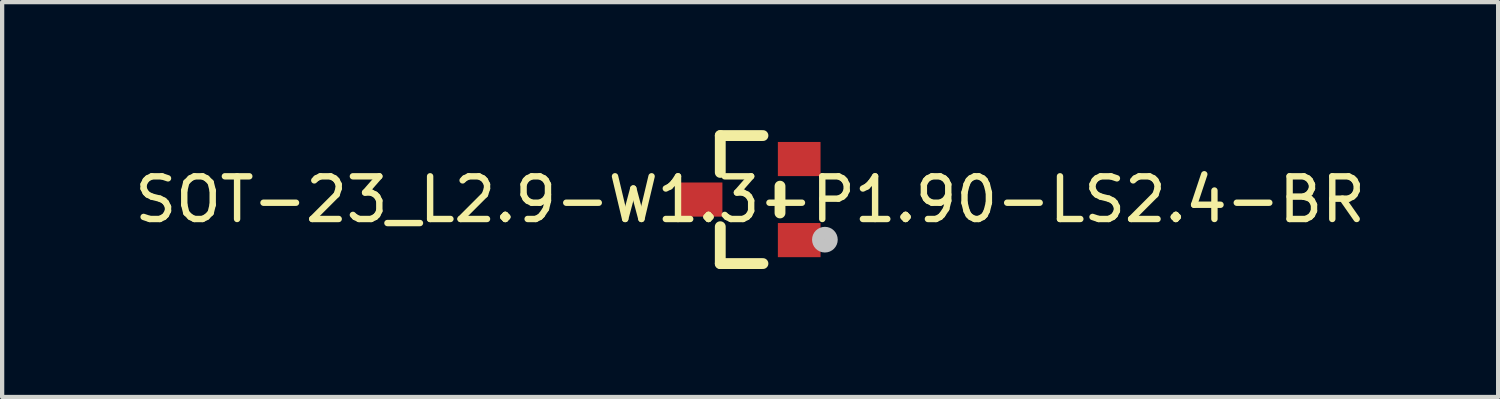
<source format=kicad_pcb>
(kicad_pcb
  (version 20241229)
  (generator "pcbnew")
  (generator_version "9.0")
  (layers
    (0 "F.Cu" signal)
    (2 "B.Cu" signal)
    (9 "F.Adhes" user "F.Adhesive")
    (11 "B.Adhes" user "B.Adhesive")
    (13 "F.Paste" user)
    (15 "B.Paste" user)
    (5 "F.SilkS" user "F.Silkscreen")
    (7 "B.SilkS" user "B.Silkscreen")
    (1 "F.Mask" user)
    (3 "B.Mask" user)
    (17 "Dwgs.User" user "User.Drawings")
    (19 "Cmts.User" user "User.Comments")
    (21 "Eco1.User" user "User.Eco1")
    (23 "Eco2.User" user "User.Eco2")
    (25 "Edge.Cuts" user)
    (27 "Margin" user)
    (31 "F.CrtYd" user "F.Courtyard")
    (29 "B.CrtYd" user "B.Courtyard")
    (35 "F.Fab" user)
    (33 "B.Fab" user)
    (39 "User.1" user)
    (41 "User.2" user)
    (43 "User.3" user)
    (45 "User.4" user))
  (footprint "SOT-23_L2.9-W1.3-P1.90-LS2.4-BR"
    (layer "F.Cu")
    (at 14.53 1.627)
    (property "Reference" "SOT-23_L2.9-W1.3-P1.90-LS2.4-BR" (at 0 0 0) (layer "F.SilkS") (effects (font (size 1 1) (thickness 0.15))))
    (fp_line (start -0.7 -1.5) (end 0.3 -1.5) (stroke (width 0.254) (type default)) (layer "F.SilkS"))
    (fp_line (start -0.7 -0.636) (end -0.7 -1.5) (stroke (width 0.254) (type default)) (layer "F.SilkS"))
    (fp_line (start -0.7 1.5) (end -0.7 0.636) (stroke (width 0.254) (type default)) (layer "F.SilkS"))
    (fp_line (start -0.7 1.5) (end 0.3 1.5) (stroke (width 0.254) (type default)) (layer "F.SilkS"))
    (fp_line (start 0.7 0.314) (end 0.7 -0.314) (stroke (width 0.254) (type default)) (layer "F.SilkS"))
    (fp_circle (center 1.752 0.94) (end 1.903 0.94) (stroke (width 0.3) (type default)) (fill no) (layer "Dwgs.User"))
    (fp_poly (pts (xy -1.2 0.2) (xy -1.2 -0.2) (xy -0.8 -0.2) (xy -0.8 0.2)) (stroke (width 0.1) (type default)) (fill no) (layer "User.1"))
    (fp_poly (pts (xy -0.81 0.2) (xy -0.81 -0.2) (xy -0.64 -0.2) (xy -0.64 0.2)) (stroke (width 0.1) (type default)) (fill no) (layer "User.1"))
    (fp_poly (pts (xy 0.64 -0.75) (xy 0.64 -1.15) (xy 0.81 -1.15) (xy 0.81 -0.75)) (stroke (width 0.1) (type default)) (fill no) (layer "User.1"))
    (fp_poly (pts (xy 0.64 1.15) (xy 0.64 0.75) (xy 0.81 0.75) (xy 0.81 1.15)) (stroke (width 0.1) (type default)) (fill no) (layer "User.1"))
    (fp_poly (pts (xy 0.8 -0.75) (xy 0.8 -1.15) (xy 1.2 -1.15) (xy 1.2 -0.75)) (stroke (width 0.1) (type default)) (fill no) (layer "User.1"))
    (fp_poly (pts (xy 0.8 1.15) (xy 0.8 0.75) (xy 1.2 0.75) (xy 1.2 1.15)) (stroke (width 0.1) (type default)) (fill no) (layer "User.1"))
    (fp_line (start -0.65 -1.45) (end 0.65 -1.45) (stroke (width 0.051) (type default)) (layer "User.2"))
    (fp_line (start -0.65 1.45) (end -0.65 -1.45) (stroke (width 0.051) (type default)) (layer "User.2"))
    (fp_line (start 0.65 -1.45) (end 0.65 1.45) (stroke (width 0.051) (type default)) (layer "User.2"))
    (fp_line (start 0.65 1.45) (end -0.65 1.45) (stroke (width 0.051) (type default)) (layer "User.2"))
    (fp_poly (pts (xy 1.255 1.427) (xy 1.223 1.395) (xy 1.177 1.395) (xy 1.145 1.427) (xy 1.145 1.473) (xy 1.177 1.505) (xy 1.223 1.505) (xy 1.255 1.473)) (stroke (width 0.1) (type default)) (fill no) (layer "User.3"))
    (pad "1" smd rect (at 1.15 0.95 180) (size 1 0.8) (layers "F.Cu" "F.Mask" "F.Paste"))
    (pad "2" smd rect (at 1.15 -0.95 180) (size 1 0.8) (layers "F.Cu" "F.Mask" "F.Paste"))
    (pad "3" smd rect (at -1.15 0 180) (size 1 0.8) (layers "F.Cu" "F.Mask" "F.Paste")))
  (gr_rect
    (start -3 -3)
    (end 32.06 6.254)
    (stroke (width 0.1) (type default))
    (fill no)
    (layer "Edge.Cuts")))
</source>
